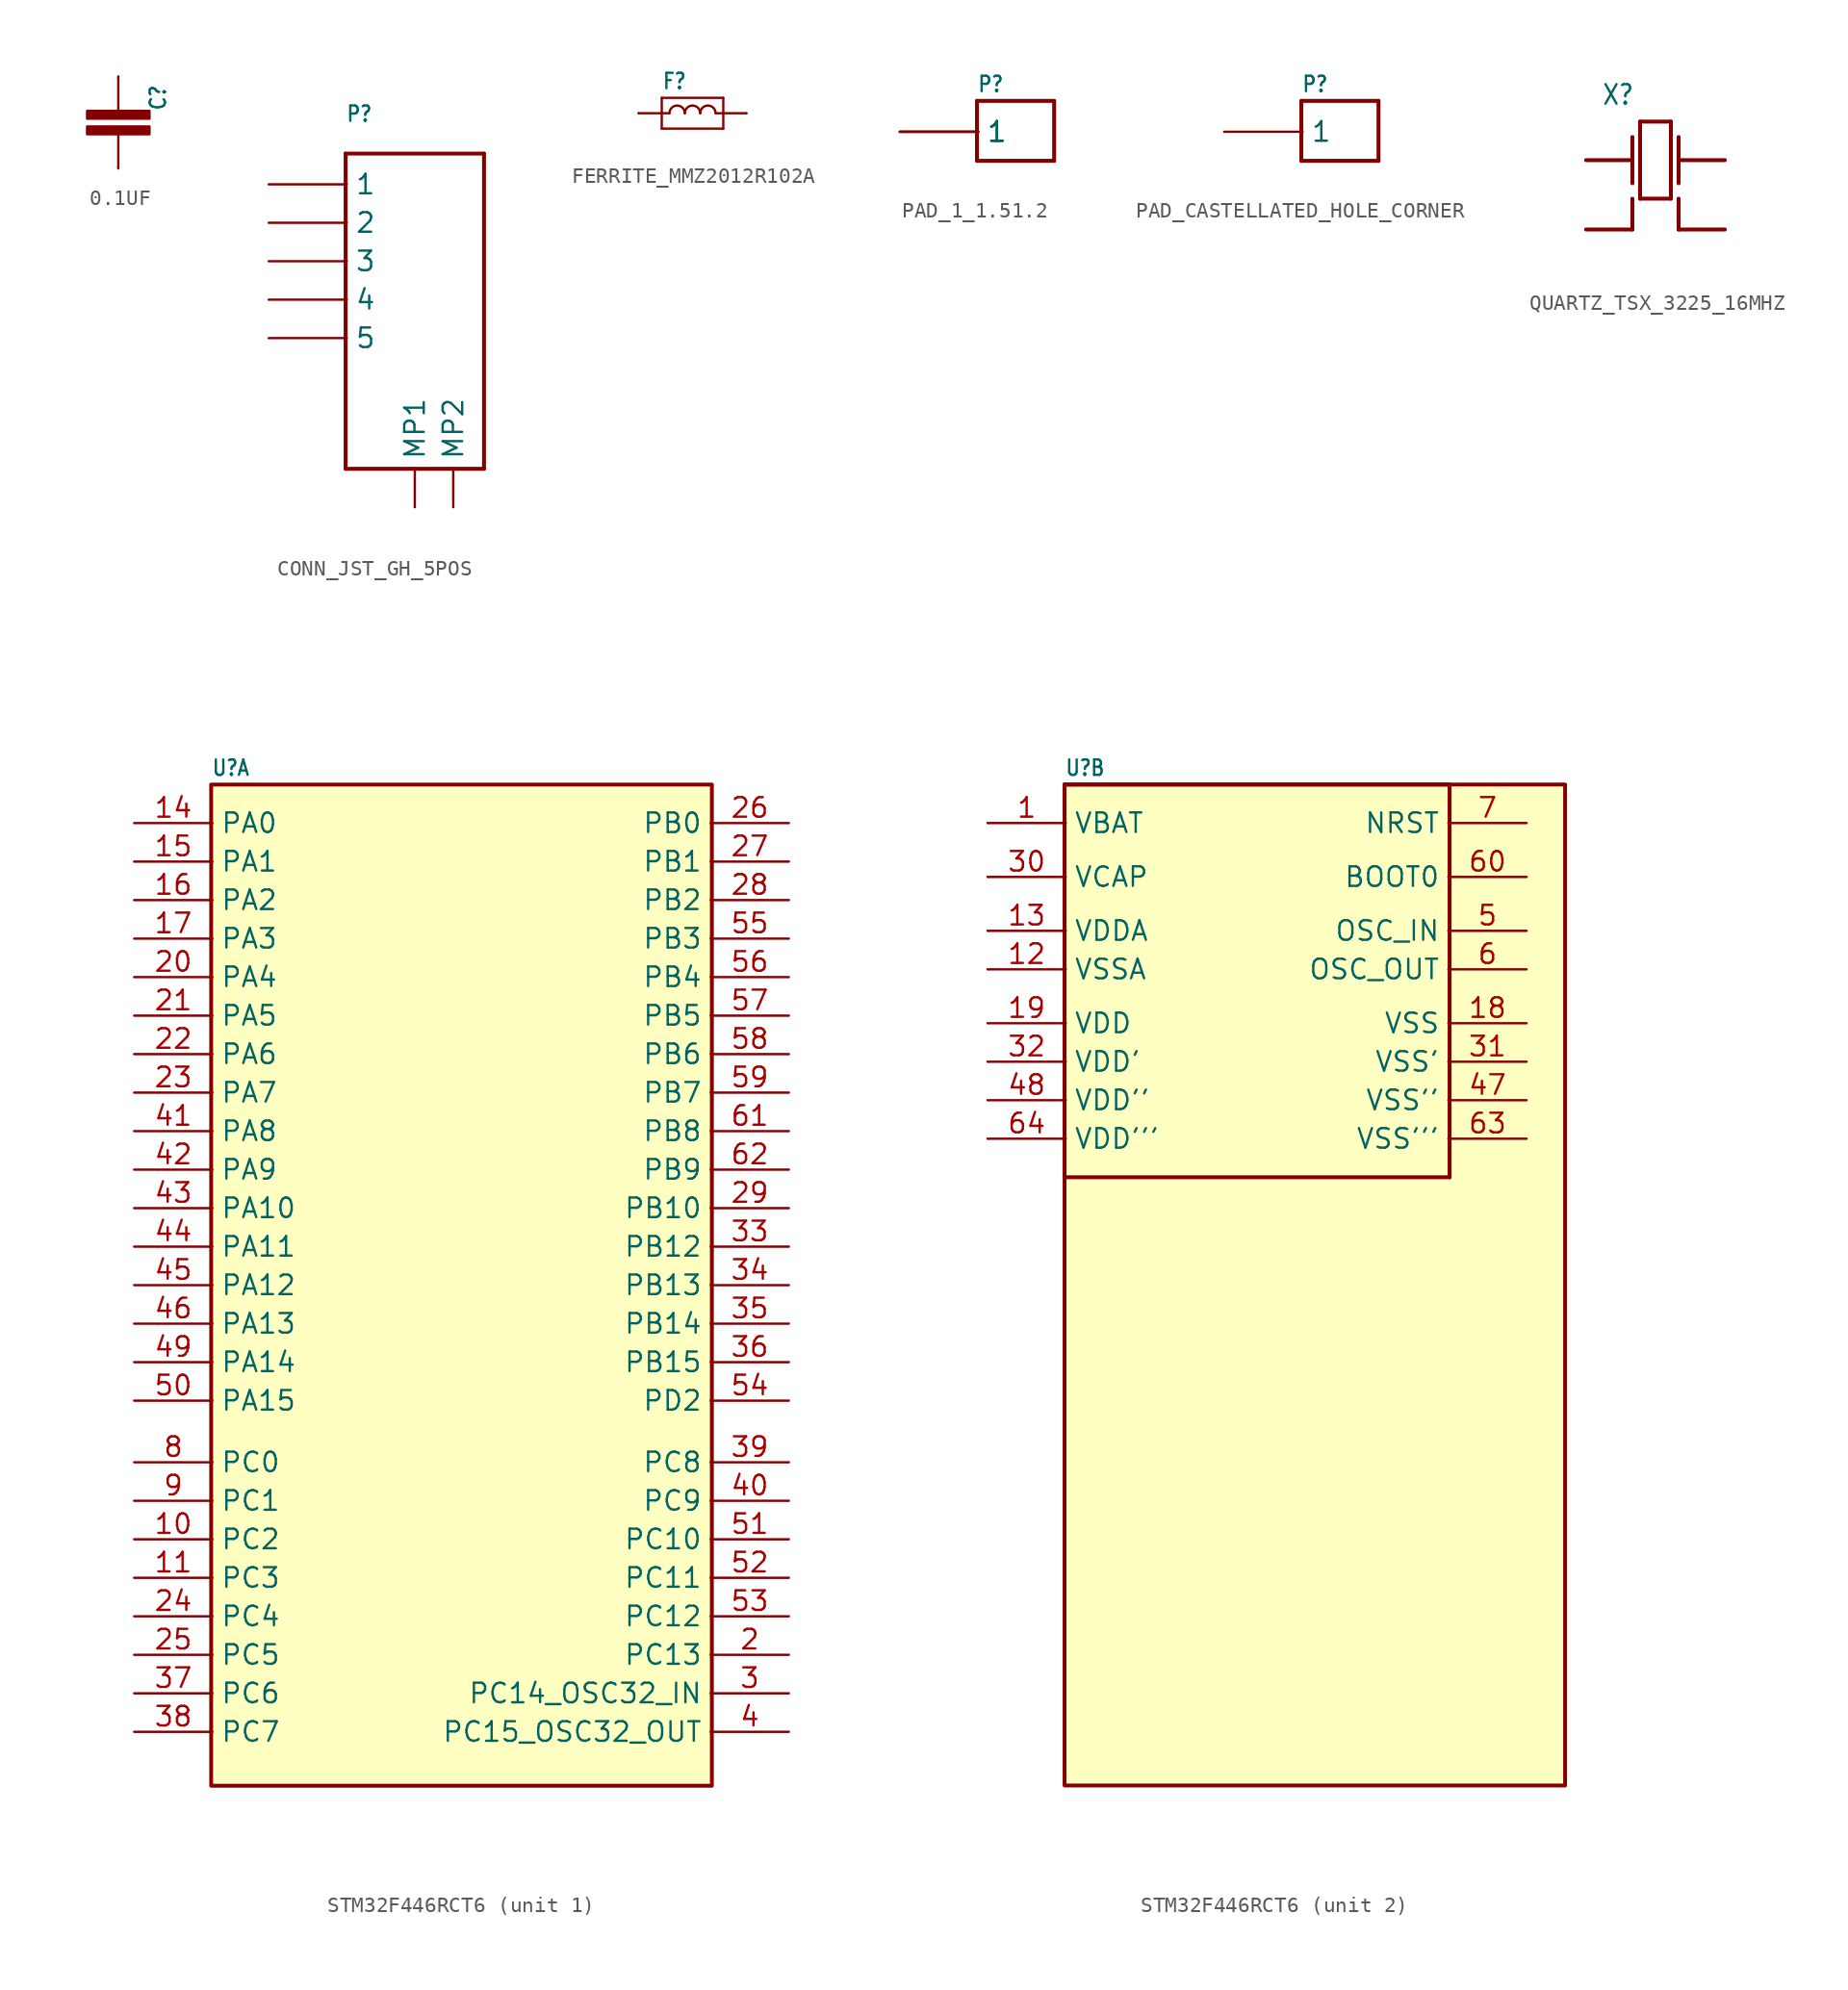
<source format=kicad_sym>
(kicad_symbol_lib
  (version 20231120)
  (generator "kicad_symbol_editor")
  (generator_version "8.0")
  (symbol "0.1UF"
    (property "Reference" "C"
      (at 2 -0.5 90)
      (effects (font (size 1 0.85)) (justify right top)))
    (property "Value" ""
      (at -3 -0.5 90)
      (effects (font (size 1 0.85)) (justify right top)))
    (property "ki_locked" ""
      (at 0 0 0)
      (effects (font (size 1.27 1.27))))
    (symbol "0.1UF_1_0"
      (rectangle (start -2.032 -3.772) (end 2.032 -3.264) (stroke (width 0) (type default)) (fill (type outline)))
      (rectangle (start -2.032 -2.756) (end 2.032 -2.248) (stroke (width 0) (type default)) (fill (type outline)))
      (polyline (pts (xy 0 -3.5) (xy 0 -6)) (stroke (width 0.15) (type solid)) (fill (type none)))
      (polyline (pts (xy 0 -2.5) (xy 0 0)) (stroke (width 0.15) (type solid)) (fill (type none)))
      (pin bidirectional line (at 0 -5.92 90) (length 0) (name "2" (effects (font (size 0 0)))) (number "1" (effects (font (size 0 0)))))
      (pin bidirectional line (at 0 -0.08 270) (length 0) (name "1" (effects (font (size 0 0)))) (number "2" (effects (font (size 0 0)))))))
  (symbol "CONN_JST_GH_5POS"
    (property "Reference" "P"
      (at 5 4 0)
      (effects (font (size 1 0.85)) (justify left bottom)))
    (property "Value" ""
      (at 5 2.5 0)
      (effects (font (size 1 0.85)) (justify left bottom)))
    (property "ki_locked" ""
      (at 0 0 0)
      (effects (font (size 1.27 1.27))))
    (symbol "CONN_JST_GH_5POS_1_0"
      (polyline (pts (xy 5 -18.5) (xy 14 -18.5)) (stroke (width 0.254) (type solid)) (fill (type none)))
      (polyline (pts (xy 5 2) (xy 5 -18.5)) (stroke (width 0.254) (type solid)) (fill (type none)))
      (polyline (pts (xy 14 -18.5) (xy 14 2)) (stroke (width 0.254) (type solid)) (fill (type none)))
      (polyline (pts (xy 14 2) (xy 5 2)) (stroke (width 0.254) (type solid)) (fill (type none)))
      (pin bidirectional line (at 0 0 0) (length 5.08) (name "1" (effects (font (size 1.27 1.27)))) (number "1" (effects (font (size 0 0)))))
      (pin bidirectional line (at 0 -2.5 0) (length 5.08) (name "2" (effects (font (size 1.27 1.27)))) (number "2" (effects (font (size 0 0)))))
      (pin bidirectional line (at 0 -5 0) (length 5.08) (name "3" (effects (font (size 1.27 1.27)))) (number "3" (effects (font (size 0 0)))))
      (pin bidirectional line (at 0 -7.5 0) (length 5.08) (name "4" (effects (font (size 1.27 1.27)))) (number "4" (effects (font (size 0 0)))))
      (pin bidirectional line (at 0 -10 0) (length 5.08) (name "5" (effects (font (size 1.27 1.27)))) (number "5" (effects (font (size 0 0)))))
      (pin bidirectional line (at 9.5 -21 90) (length 2.54) (name "MP1" (effects (font (size 1.27 1.27)))) (number "NC1" (effects (font (size 0 0)))))
      (pin bidirectional line (at 12 -21 90) (length 2.54) (name "MP2" (effects (font (size 1.27 1.27)))) (number "NC2" (effects (font (size 0 0)))))))
  (symbol "FERRITE_MMZ2012R102A"
    (property "Reference" "F"
      (at 1.5 1.5 0)
      (effects (font (size 1 0.85)) (justify left bottom)))
    (property "Value" ""
      (at 1.5 -2.5 0)
      (effects (font (size 1 0.85)) (justify left bottom)))
    (property "ki_locked" ""
      (at 0 0 0)
      (effects (font (size 1.27 1.27))))
    (symbol "FERRITE_MMZ2012R102A_1_0"
      (polyline (pts (xy 1.5 -1) (xy 1.5 1)) (stroke (width 0.15) (type solid)) (fill (type none)))
      (polyline (pts (xy 1.5 1) (xy 5.5 1)) (stroke (width 0.15) (type solid)) (fill (type none)))
      (polyline (pts (xy 2 0) (xy 0 0)) (stroke (width 0.15) (type solid)) (fill (type none)))
      (polyline (pts (xy 5.5 -1) (xy 1.5 -1)) (stroke (width 0.15) (type solid)) (fill (type none)))
      (polyline (pts (xy 5.5 0) (xy 5 0)) (stroke (width 0.15) (type solid)) (fill (type none)))
      (polyline (pts (xy 5.5 0) (xy 5.5 -1)) (stroke (width 0.15) (type solid)) (fill (type none)))
      (polyline (pts (xy 5.5 1) (xy 5.5 0)) (stroke (width 0.15) (type solid)) (fill (type none)))
      (polyline (pts (xy 7 0) (xy 5.5 0)) (stroke (width 0.15) (type solid)) (fill (type none)))
      (arc (start 3 0) (mid 2.5 0.5) (end 2 0) (stroke (width 0.1524) (type solid)) (fill (type none)))
      (arc (start 4 0) (mid 3.5 0.5) (end 3 0) (stroke (width 0.1524) (type solid)) (fill (type none)))
      (arc (start 5 0) (mid 4.5 0.5) (end 4 0) (stroke (width 0.1524) (type solid)) (fill (type none)))
      (pin passive line (at 0 0 0) (length 0) (name "1" (effects (font (size 0 0)))) (number "1" (effects (font (size 0 0)))))
      (pin passive line (at 7 0 180) (length 0) (name "2" (effects (font (size 0 0)))) (number "2" (effects (font (size 0 0)))))))
  (symbol "PAD_1_1.51.2"
    (property "Reference" "P"
      (at 5 2.5 0)
      (effects (font (size 1 0.85)) (justify left bottom)))
    (property "Value" ""
      (at 5 -3.38 0)
      (effects (font (size 1 0.85)) (justify left bottom)))
    (property "ki_locked" ""
      (at 0 0 0)
      (effects (font (size 1.27 1.27))))
    (symbol "PAD_1_1.51.2_1_0"
      (polyline (pts (xy 5 -1.88) (xy 10 -1.88)) (stroke (width 0.254) (type solid)) (fill (type none)))
      (polyline (pts (xy 5 2) (xy 5 -1.88)) (stroke (width 0.254) (type solid)) (fill (type none)))
      (polyline (pts (xy 10 -1.88) (xy 10 2)) (stroke (width 0.254) (type solid)) (fill (type none)))
      (polyline (pts (xy 10 2) (xy 5 2)) (stroke (width 0.254) (type solid)) (fill (type none)))
      (pin bidirectional line (at 0 0 0) (length 5.08) (name "1" (effects (font (size 1.27 1.27)))) (number "1" (effects (font (size 0 0)))))
      (pin bidirectional line (at 0 0 0) (length 5.08) (name "1" (effects (font (size 1.27 1.27)))) (number "2" (effects (font (size 0 0)))))
      (pin bidirectional line (at 0 0 0) (length 5.08) (name "1" (effects (font (size 1.27 1.27)))) (number "3" (effects (font (size 0 0)))))))
  (symbol "PAD_CASTELLATED_HOLE_CORNER"
    (property "Reference" "P"
      (at 5 2.5 0)
      (effects (font (size 1 0.85)) (justify left bottom)))
    (property "Value" ""
      (at 5 -3.38 0)
      (effects (font (size 1 0.85)) (justify left bottom)))
    (property "ki_locked" ""
      (at 0 0 0)
      (effects (font (size 1.27 1.27))))
    (symbol "PAD_CASTELLATED_HOLE_CORNER_1_0"
      (polyline (pts (xy 5 -1.88) (xy 10 -1.88)) (stroke (width 0.254) (type solid)) (fill (type none)))
      (polyline (pts (xy 5 2) (xy 5 -1.88)) (stroke (width 0.254) (type solid)) (fill (type none)))
      (polyline (pts (xy 10 -1.88) (xy 10 2)) (stroke (width 0.254) (type solid)) (fill (type none)))
      (polyline (pts (xy 10 2) (xy 5 2)) (stroke (width 0.254) (type solid)) (fill (type none)))
      (pin bidirectional line (at 0 0 0) (length 5.08) (name "1" (effects (font (size 1.27 1.27)))) (number "1" (effects (font (size 0 0)))))))
  (symbol "QUARTZ_TSX_3225_16MHZ"
    (property "Reference" "X"
      (at 1 3.5 0)
      (effects (font (size 1.27 1.079)) (justify left bottom)))
    (property "Value" ""
      (at 1 -7 0)
      (effects (font (size 1.27 1.079)) (justify left bottom)))
    (property "ki_locked" ""
      (at 0 0 0)
      (effects (font (size 1.27 1.27))))
    (symbol "QUARTZ_TSX_3225_16MHZ_1_0"
      (polyline (pts (xy 0 -4.5) (xy 3 -4.5)) (stroke (width 0.254) (type solid)) (fill (type none)))
      (polyline (pts (xy 0 0) (xy 3 0)) (stroke (width 0.254) (type solid)) (fill (type none)))
      (polyline (pts (xy 3 -4.5) (xy 3 -2.5)) (stroke (width 0.254) (type solid)) (fill (type none)))
      (polyline (pts (xy 3 0) (xy 3 -1.5)) (stroke (width 0.254) (type solid)) (fill (type none)))
      (polyline (pts (xy 3 0) (xy 3 1.5)) (stroke (width 0.254) (type solid)) (fill (type none)))
      (polyline (pts (xy 3.5 -2.5) (xy 3.5 2.5)) (stroke (width 0.254) (type solid)) (fill (type none)))
      (polyline (pts (xy 3.5 2.5) (xy 5.5 2.5)) (stroke (width 0.254) (type solid)) (fill (type none)))
      (polyline (pts (xy 5.5 -2.5) (xy 3.5 -2.5)) (stroke (width 0.254) (type solid)) (fill (type none)))
      (polyline (pts (xy 5.5 2.5) (xy 5.5 -2.5)) (stroke (width 0.254) (type solid)) (fill (type none)))
      (polyline (pts (xy 6 -4.5) (xy 6 -2.5)) (stroke (width 0.254) (type solid)) (fill (type none)))
      (polyline (pts (xy 6 -4.5) (xy 9 -4.5)) (stroke (width 0.254) (type solid)) (fill (type none)))
      (polyline (pts (xy 6 0) (xy 6 -1.5)) (stroke (width 0.254) (type solid)) (fill (type none)))
      (polyline (pts (xy 6 0) (xy 6 1.5)) (stroke (width 0.254) (type solid)) (fill (type none)))
      (polyline (pts (xy 6 0) (xy 9 0)) (stroke (width 0.254) (type solid)) (fill (type none)))
      (pin bidirectional line (at 0 0 0) (length 0) (name "1" (effects (font (size 0 0)))) (number "1" (effects (font (size 0 0)))))
      (pin bidirectional line (at 9 -4.5 0) (length 0) (name "4" (effects (font (size 0 0)))) (number "2" (effects (font (size 0 0)))))
      (pin bidirectional line (at 9 0 0) (length 0) (name "2" (effects (font (size 0 0)))) (number "3" (effects (font (size 0 0)))))
      (pin bidirectional line (at 0 -4.5 0) (length 0) (name "3" (effects (font (size 0 0)))) (number "4" (effects (font (size 0 0)))))))
  (symbol "STM32F446RCT6"
    (property "Reference" "U"
      (at 5 3 0)
      (effects (font (size 1 0.85)) (justify left bottom)))
    (property "Value" ""
      (at 5 -24.5 0)
      (effects (font (size 1 0.85)) (justify left bottom)))
    (property "ki_locked" ""
      (at 0 0 0)
      (effects (font (size 1.27 1.27))))
    (symbol "STM32F446RCT6_0_1"
      (rectangle (start 5 2.5) (end 37.5 -62.5) (stroke (width 0.25) (type default)) (fill (type background))))
    (symbol "STM32F446RCT6_1_0"
      (pin bidirectional line (at 0 -46.5 0) (length 5.08) (name "PC2" (effects (font (size 1.27 1.27)))) (number "10" (effects (font (size 1.27 1.27)))))
      (pin bidirectional line (at 0 -49 0) (length 5.08) (name "PC3" (effects (font (size 1.27 1.27)))) (number "11" (effects (font (size 1.27 1.27)))))
      (pin bidirectional line (at 0 0 0) (length 5.08) (name "PA0" (effects (font (size 1.27 1.27)))) (number "14" (effects (font (size 1.27 1.27)))))
      (pin bidirectional line (at 0 -2.5 0) (length 5.08) (name "PA1" (effects (font (size 1.27 1.27)))) (number "15" (effects (font (size 1.27 1.27)))))
      (pin bidirectional line (at 0 -5 0) (length 5.08) (name "PA2" (effects (font (size 1.27 1.27)))) (number "16" (effects (font (size 1.27 1.27)))))
      (pin bidirectional line (at 0 -7.5 0) (length 5.08) (name "PA3" (effects (font (size 1.27 1.27)))) (number "17" (effects (font (size 1.27 1.27)))))
      (pin bidirectional line (at 42.5 -54 180) (length 5.08) (name "PC13" (effects (font (size 1.27 1.27)))) (number "2" (effects (font (size 1.27 1.27)))))
      (pin bidirectional line (at 0 -10 0) (length 5.08) (name "PA4" (effects (font (size 1.27 1.27)))) (number "20" (effects (font (size 1.27 1.27)))))
      (pin bidirectional line (at 0 -12.5 0) (length 5.08) (name "PA5" (effects (font (size 1.27 1.27)))) (number "21" (effects (font (size 1.27 1.27)))))
      (pin bidirectional line (at 0 -15 0) (length 5.08) (name "PA6" (effects (font (size 1.27 1.27)))) (number "22" (effects (font (size 1.27 1.27)))))
      (pin bidirectional line (at 0 -17.5 0) (length 5.08) (name "PA7" (effects (font (size 1.27 1.27)))) (number "23" (effects (font (size 1.27 1.27)))))
      (pin bidirectional line (at 0 -51.5 0) (length 5.08) (name "PC4" (effects (font (size 1.27 1.27)))) (number "24" (effects (font (size 1.27 1.27)))))
      (pin bidirectional line (at 0 -54 0) (length 5.08) (name "PC5" (effects (font (size 1.27 1.27)))) (number "25" (effects (font (size 1.27 1.27)))))
      (pin bidirectional line (at 42.5 0 180) (length 5.08) (name "PB0" (effects (font (size 1.27 1.27)))) (number "26" (effects (font (size 1.27 1.27)))))
      (pin bidirectional line (at 42.5 -2.5 180) (length 5.08) (name "PB1" (effects (font (size 1.27 1.27)))) (number "27" (effects (font (size 1.27 1.27)))))
      (pin bidirectional line (at 42.5 -5 180) (length 5.08) (name "PB2" (effects (font (size 1.27 1.27)))) (number "28" (effects (font (size 1.27 1.27)))))
      (pin bidirectional line (at 42.5 -25 180) (length 5.08) (name "PB10" (effects (font (size 1.27 1.27)))) (number "29" (effects (font (size 1.27 1.27)))))
      (pin bidirectional line (at 42.5 -56.5 180) (length 5.08) (name "PC14_OSC32_IN" (effects (font (size 1.27 1.27)))) (number "3" (effects (font (size 1.27 1.27)))))
      (pin bidirectional line (at 42.5 -27.5 180) (length 5.08) (name "PB12" (effects (font (size 1.27 1.27)))) (number "33" (effects (font (size 1.27 1.27)))))
      (pin bidirectional line (at 42.5 -30 180) (length 5.08) (name "PB13" (effects (font (size 1.27 1.27)))) (number "34" (effects (font (size 1.27 1.27)))))
      (pin bidirectional line (at 42.5 -32.5 180) (length 5.08) (name "PB14" (effects (font (size 1.27 1.27)))) (number "35" (effects (font (size 1.27 1.27)))))
      (pin bidirectional line (at 42.5 -35 180) (length 5.08) (name "PB15" (effects (font (size 1.27 1.27)))) (number "36" (effects (font (size 1.27 1.27)))))
      (pin bidirectional line (at 0 -56.5 0) (length 5.08) (name "PC6" (effects (font (size 1.27 1.27)))) (number "37" (effects (font (size 1.27 1.27)))))
      (pin bidirectional line (at 0 -59 0) (length 5.08) (name "PC7" (effects (font (size 1.27 1.27)))) (number "38" (effects (font (size 1.27 1.27)))))
      (pin bidirectional line (at 42.5 -41.5 180) (length 5.08) (name "PC8" (effects (font (size 1.27 1.27)))) (number "39" (effects (font (size 1.27 1.27)))))
      (pin bidirectional line (at 42.5 -59 180) (length 5.08) (name "PC15_OSC32_OUT" (effects (font (size 1.27 1.27)))) (number "4" (effects (font (size 1.27 1.27)))))
      (pin bidirectional line (at 42.5 -44 180) (length 5.08) (name "PC9" (effects (font (size 1.27 1.27)))) (number "40" (effects (font (size 1.27 1.27)))))
      (pin bidirectional line (at 0 -20 0) (length 5.08) (name "PA8" (effects (font (size 1.27 1.27)))) (number "41" (effects (font (size 1.27 1.27)))))
      (pin bidirectional line (at 0 -22.5 0) (length 5.08) (name "PA9" (effects (font (size 1.27 1.27)))) (number "42" (effects (font (size 1.27 1.27)))))
      (pin bidirectional line (at 0 -25 0) (length 5.08) (name "PA10" (effects (font (size 1.27 1.27)))) (number "43" (effects (font (size 1.27 1.27)))))
      (pin bidirectional line (at 0 -27.5 0) (length 5.08) (name "PA11" (effects (font (size 1.27 1.27)))) (number "44" (effects (font (size 1.27 1.27)))))
      (pin bidirectional line (at 0 -30 0) (length 5.08) (name "PA12" (effects (font (size 1.27 1.27)))) (number "45" (effects (font (size 1.27 1.27)))))
      (pin bidirectional line (at 0 -32.5 0) (length 5.08) (name "PA13" (effects (font (size 1.27 1.27)))) (number "46" (effects (font (size 1.27 1.27)))))
      (pin bidirectional line (at 0 -35 0) (length 5.08) (name "PA14" (effects (font (size 1.27 1.27)))) (number "49" (effects (font (size 1.27 1.27)))))
      (pin bidirectional line (at 0 -37.5 0) (length 5.08) (name "PA15" (effects (font (size 1.27 1.27)))) (number "50" (effects (font (size 1.27 1.27)))))
      (pin bidirectional line (at 42.5 -46.5 180) (length 5.08) (name "PC10" (effects (font (size 1.27 1.27)))) (number "51" (effects (font (size 1.27 1.27)))))
      (pin bidirectional line (at 42.5 -49 180) (length 5.08) (name "PC11" (effects (font (size 1.27 1.27)))) (number "52" (effects (font (size 1.27 1.27)))))
      (pin bidirectional line (at 42.5 -51.5 180) (length 5.08) (name "PC12" (effects (font (size 1.27 1.27)))) (number "53" (effects (font (size 1.27 1.27)))))
      (pin bidirectional line (at 42.5 -37.5 180) (length 5.08) (name "PD2" (effects (font (size 1.27 1.27)))) (number "54" (effects (font (size 1.27 1.27)))))
      (pin bidirectional line (at 42.5 -7.5 180) (length 5.08) (name "PB3" (effects (font (size 1.27 1.27)))) (number "55" (effects (font (size 1.27 1.27)))))
      (pin bidirectional line (at 42.5 -10 180) (length 5.08) (name "PB4" (effects (font (size 1.27 1.27)))) (number "56" (effects (font (size 1.27 1.27)))))
      (pin bidirectional line (at 42.5 -12.5 180) (length 5.08) (name "PB5" (effects (font (size 1.27 1.27)))) (number "57" (effects (font (size 1.27 1.27)))))
      (pin bidirectional line (at 42.5 -15 180) (length 5.08) (name "PB6" (effects (font (size 1.27 1.27)))) (number "58" (effects (font (size 1.27 1.27)))))
      (pin bidirectional line (at 42.5 -17.5 180) (length 5.08) (name "PB7" (effects (font (size 1.27 1.27)))) (number "59" (effects (font (size 1.27 1.27)))))
      (pin bidirectional line (at 42.5 -20 180) (length 5.08) (name "PB8" (effects (font (size 1.27 1.27)))) (number "61" (effects (font (size 1.27 1.27)))))
      (pin bidirectional line (at 42.5 -22.5 180) (length 5.08) (name "PB9" (effects (font (size 1.27 1.27)))) (number "62" (effects (font (size 1.27 1.27)))))
      (pin bidirectional line (at 0 -41.5 0) (length 5.08) (name "PC0" (effects (font (size 1.27 1.27)))) (number "8" (effects (font (size 1.27 1.27)))))
      (pin bidirectional line (at 0 -44 0) (length 5.08) (name "PC1" (effects (font (size 1.27 1.27)))) (number "9" (effects (font (size 1.27 1.27))))))
    (symbol "STM32F446RCT6_2_0"
      (polyline (pts (xy 5 -23) (xy 5 2.5)) (stroke (width 0.254) (type solid)) (fill (type none)))
      (polyline (pts (xy 5 -23) (xy 30 -23)) (stroke (width 0.254) (type solid)) (fill (type none)))
      (polyline (pts (xy 30 -23) (xy 30 2.5)) (stroke (width 0.254) (type solid)) (fill (type none)))
      (polyline (pts (xy 30 2.5) (xy 5 2.5)) (stroke (width 0.254) (type solid)) (fill (type none)))
      (pin bidirectional line (at 0 0 0) (length 5.08) (name "VBAT" (effects (font (size 1.27 1.27)))) (number "1" (effects (font (size 1.27 1.27)))))
      (pin bidirectional line (at 0 -9.5 0) (length 5.08) (name "VSSA" (effects (font (size 1.27 1.27)))) (number "12" (effects (font (size 1.27 1.27)))))
      (pin bidirectional line (at 0 -7 0) (length 5.08) (name "VDDA" (effects (font (size 1.27 1.27)))) (number "13" (effects (font (size 1.27 1.27)))))
      (pin bidirectional line (at 35 -13 180) (length 5.08) (name "VSS" (effects (font (size 1.27 1.27)))) (number "18" (effects (font (size 1.27 1.27)))))
      (pin bidirectional line (at 0 -13 0) (length 5.08) (name "VDD" (effects (font (size 1.27 1.27)))) (number "19" (effects (font (size 1.27 1.27)))))
      (pin bidirectional line (at 0 -3.5 0) (length 5.08) (name "VCAP" (effects (font (size 1.27 1.27)))) (number "30" (effects (font (size 1.27 1.27)))))
      (pin bidirectional line (at 35 -15.5 180) (length 5.08) (name "VSS'" (effects (font (size 1.27 1.27)))) (number "31" (effects (font (size 1.27 1.27)))))
      (pin bidirectional line (at 0 -15.5 0) (length 5.08) (name "VDD'" (effects (font (size 1.27 1.27)))) (number "32" (effects (font (size 1.27 1.27)))))
      (pin bidirectional line (at 35 -18 180) (length 5.08) (name "VSS''" (effects (font (size 1.27 1.27)))) (number "47" (effects (font (size 1.27 1.27)))))
      (pin bidirectional line (at 0 -18 0) (length 5.08) (name "VDD''" (effects (font (size 1.27 1.27)))) (number "48" (effects (font (size 1.27 1.27)))))
      (pin bidirectional line (at 35 -7 180) (length 5.08) (name "OSC_IN" (effects (font (size 1.27 1.27)))) (number "5" (effects (font (size 1.27 1.27)))))
      (pin bidirectional line (at 35 -9.5 180) (length 5.08) (name "OSC_OUT" (effects (font (size 1.27 1.27)))) (number "6" (effects (font (size 1.27 1.27)))))
      (pin bidirectional line (at 35 -3.5 180) (length 5.08) (name "BOOT0" (effects (font (size 1.27 1.27)))) (number "60" (effects (font (size 1.27 1.27)))))
      (pin bidirectional line (at 35 -20.5 180) (length 5.08) (name "VSS'''" (effects (font (size 1.27 1.27)))) (number "63" (effects (font (size 1.27 1.27)))))
      (pin bidirectional line (at 0 -20.5 0) (length 5.08) (name "VDD'''" (effects (font (size 1.27 1.27)))) (number "64" (effects (font (size 1.27 1.27)))))
      (pin bidirectional line (at 35 0 180) (length 5.08) (name "NRST" (effects (font (size 1.27 1.27)))) (number "7" (effects (font (size 1.27 1.27))))))))
</source>
